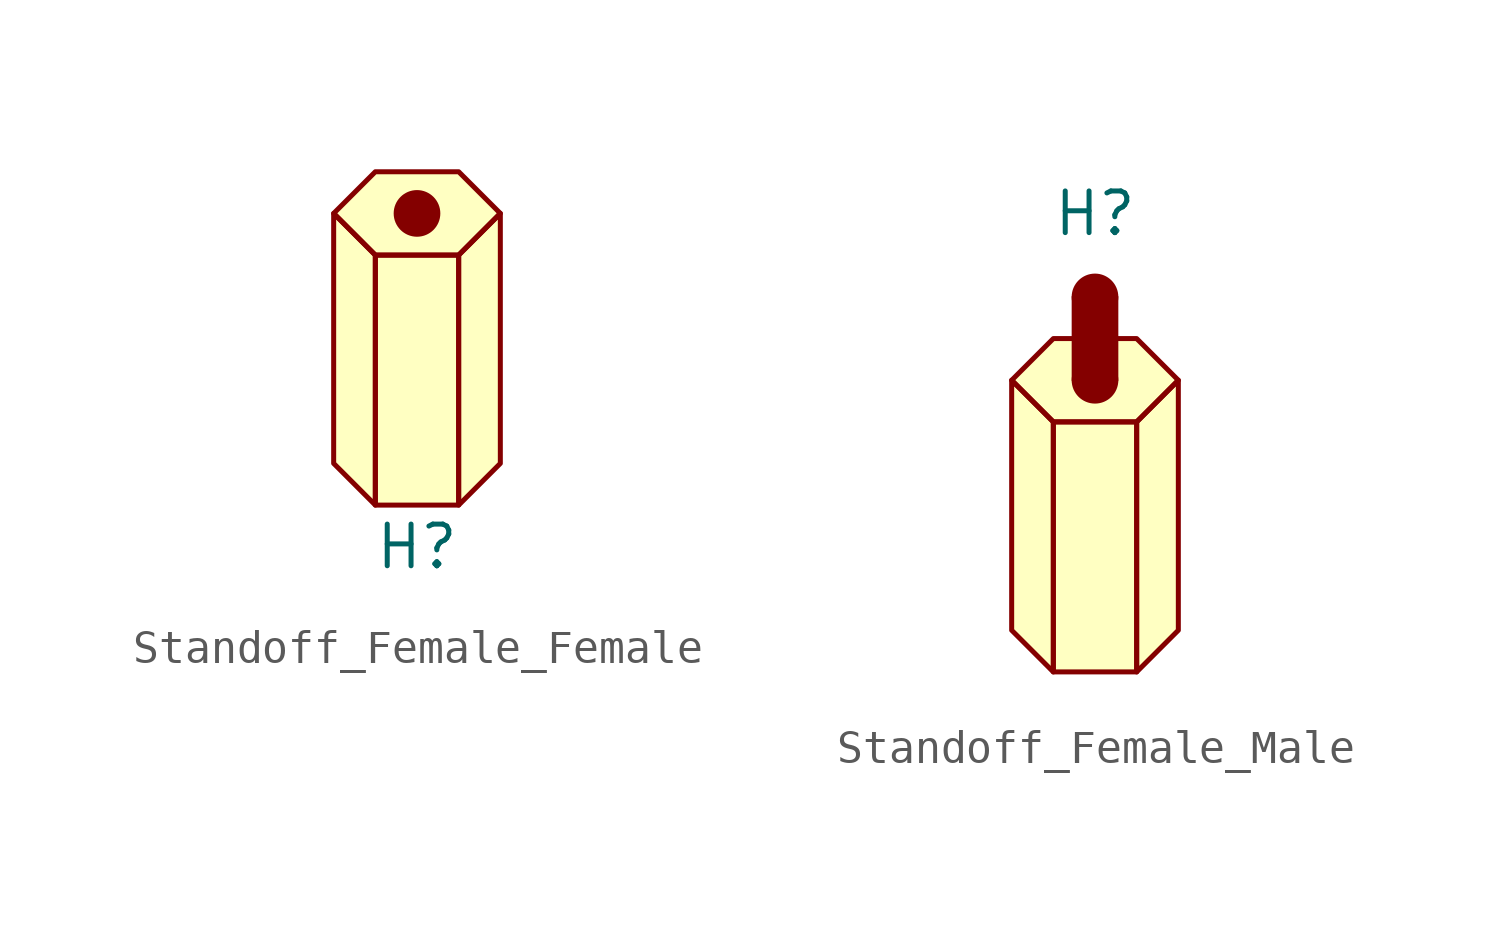
<source format=kicad_sym>
(kicad_symbol_lib
  (version 20231120)
  (generator "kicad_symbol_editor")
  (generator_version "8.0")
  (symbol "Standoff_Female_Female"
    (property "Reference" "H"
      (at 0 -5.715 0)
      (effects (font (size 1.27 1.27))))
    (property "Value" ""
      (at 0 0 0)
      (effects (font (size 1.27 1.27))))
    (symbol "Standoff_Female_Female_1_1"
      (polyline (pts (xy -2.54 -3.175) (xy -2.54 4.445) (xy -1.27 3.175) (xy -1.27 -4.445) (xy -2.54 -3.175)) (stroke (width 0) (type default)) (fill (type background)))
      (polyline (pts (xy 1.27 -4.445) (xy -1.27 -4.445) (xy -1.27 3.175) (xy 1.27 3.175) (xy 1.27 -4.445)) (stroke (width 0) (type default)) (fill (type background)))
      (polyline (pts (xy 1.27 -4.445) (xy 1.27 3.175) (xy 2.54 4.445) (xy 2.54 -3.175) (xy 1.27 -4.445)) (stroke (width 0) (type default)) (fill (type background)))
      (polyline (pts (xy -1.27 3.175) (xy 1.27 3.175) (xy 2.54 4.445) (xy 1.27 5.715) (xy -1.27 5.715) (xy -2.54 4.445) (xy -1.27 3.175)) (stroke (width 0) (type default)) (fill (type background)))
      (circle (center 0 4.445) (radius 0.635) (stroke (width 0) (type default)) (fill (type outline)))))
  (symbol "Standoff_Female_Male"
    (property "Reference" "H"
      (at 0 9.525 0)
      (effects (font (size 1.27 1.27))))
    (property "Value" ""
      (at 0 0 0)
      (effects (font (size 1.27 1.27))))
    (symbol "Standoff_Female_Male_1_1"
      (polyline (pts (xy -2.54 -3.175) (xy -2.54 4.445) (xy -1.27 3.175) (xy -1.27 -4.445) (xy -2.54 -3.175)) (stroke (width 0) (type default)) (fill (type background)))
      (polyline (pts (xy -0.635 4.445) (xy -0.635 6.985) (xy 0.635 6.985) (xy 0.635 4.445) (xy -0.635 4.445)) (stroke (width 0) (type default)) (fill (type outline)))
      (polyline (pts (xy 1.27 -4.445) (xy -1.27 -4.445) (xy -1.27 3.175) (xy 1.27 3.175) (xy 1.27 -4.445)) (stroke (width 0) (type default)) (fill (type background)))
      (polyline (pts (xy 1.27 -4.445) (xy 1.27 3.175) (xy 2.54 4.445) (xy 2.54 -3.175) (xy 1.27 -4.445)) (stroke (width 0) (type default)) (fill (type background)))
      (polyline (pts (xy -1.27 3.175) (xy 1.27 3.175) (xy 2.54 4.445) (xy 1.27 5.715) (xy -1.27 5.715) (xy -2.54 4.445) (xy -1.27 3.175)) (stroke (width 0) (type default)) (fill (type background)))
      (circle (center 0 4.445) (radius 0.635) (stroke (width 0) (type default)) (fill (type outline)))
      (circle (center 0 6.985) (radius 0.635) (stroke (width 0) (type default)) (fill (type outline))))))
</source>
